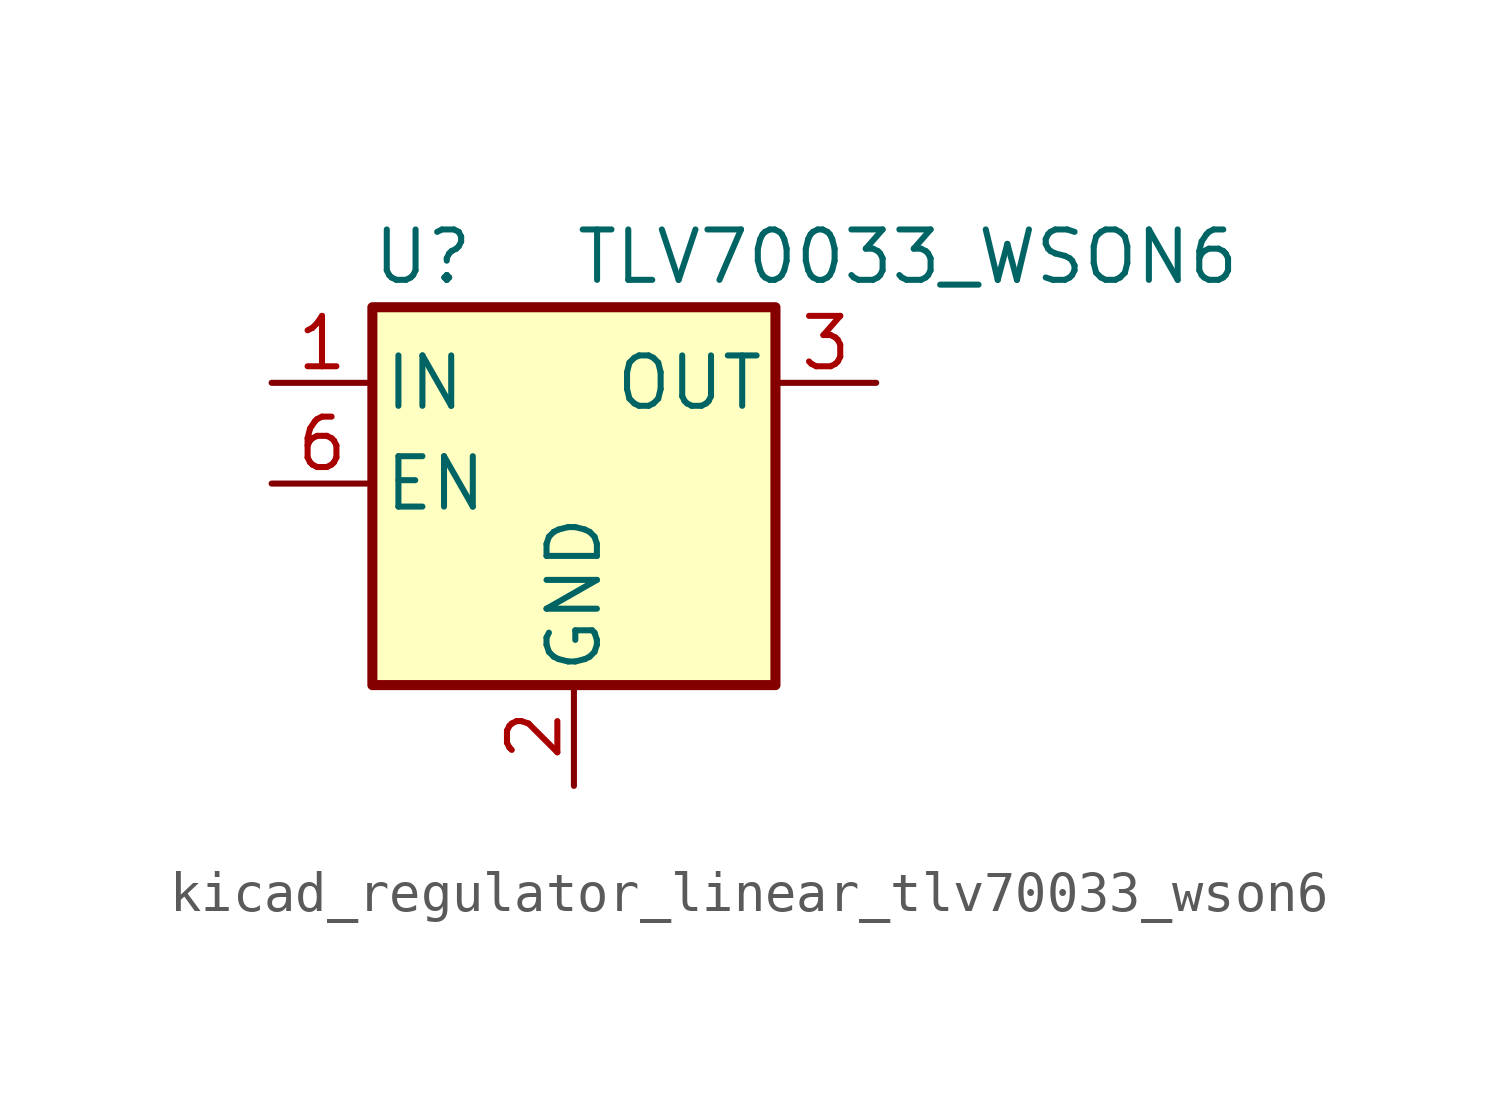
<source format=kicad_sym>
(kicad_symbol_lib
  (version 20220914)
  (generator kicad_symbol_editor)
  (symbol "kicad_regulator_linear_tlv70033_wson6"
    (pin_names
      (offset 0.254))
    (property "Reference" "U"
      (at -3.81 5.715 0)
      (effects (font (size 1.27 1.27))))
    (property "Value" "TLV70033_WSON6"
      (at 0 5.715 0)
      (effects (font (size 1.27 1.27)) (justify left)))
    (symbol "kicad_regulator_linear_tlv70033_wson6_0_1"
      (rectangle (start -5.08 4.445) (end 5.08 -5.08) (stroke (width 0.254) (type default)) (fill (type background))))
    (symbol "kicad_regulator_linear_tlv70033_wson6_1_1"
      (pin power_in line (at -7.62 2.54 0) (length 2.54) (name "IN" (effects (font (size 1.27 1.27)))) (number "1" (effects (font (size 1.27 1.27)))))
      (pin power_in line (at 0 -7.62 90) (length 2.54) (name "GND" (effects (font (size 1.27 1.27)))) (number "2" (effects (font (size 1.27 1.27)))))
      (pin power_out line (at 7.62 2.54 180) (length 2.54) (name "OUT" (effects (font (size 1.27 1.27)))) (number "3" (effects (font (size 1.27 1.27)))))
      (pin no_connect line (at 7.62 0 180) (length 2.54) hide (name "NC" (effects (font (size 1.27 1.27)))) (number "4" (effects (font (size 1.27 1.27)))))
      (pin no_connect line (at -2.54 -5.08 90) (length 2.54) hide (name "NC" (effects (font (size 1.27 1.27)))) (number "5" (effects (font (size 1.27 1.27)))))
      (pin input line (at -7.62 0 0) (length 2.54) (name "EN" (effects (font (size 1.27 1.27)))) (number "6" (effects (font (size 1.27 1.27))))))))
</source>
